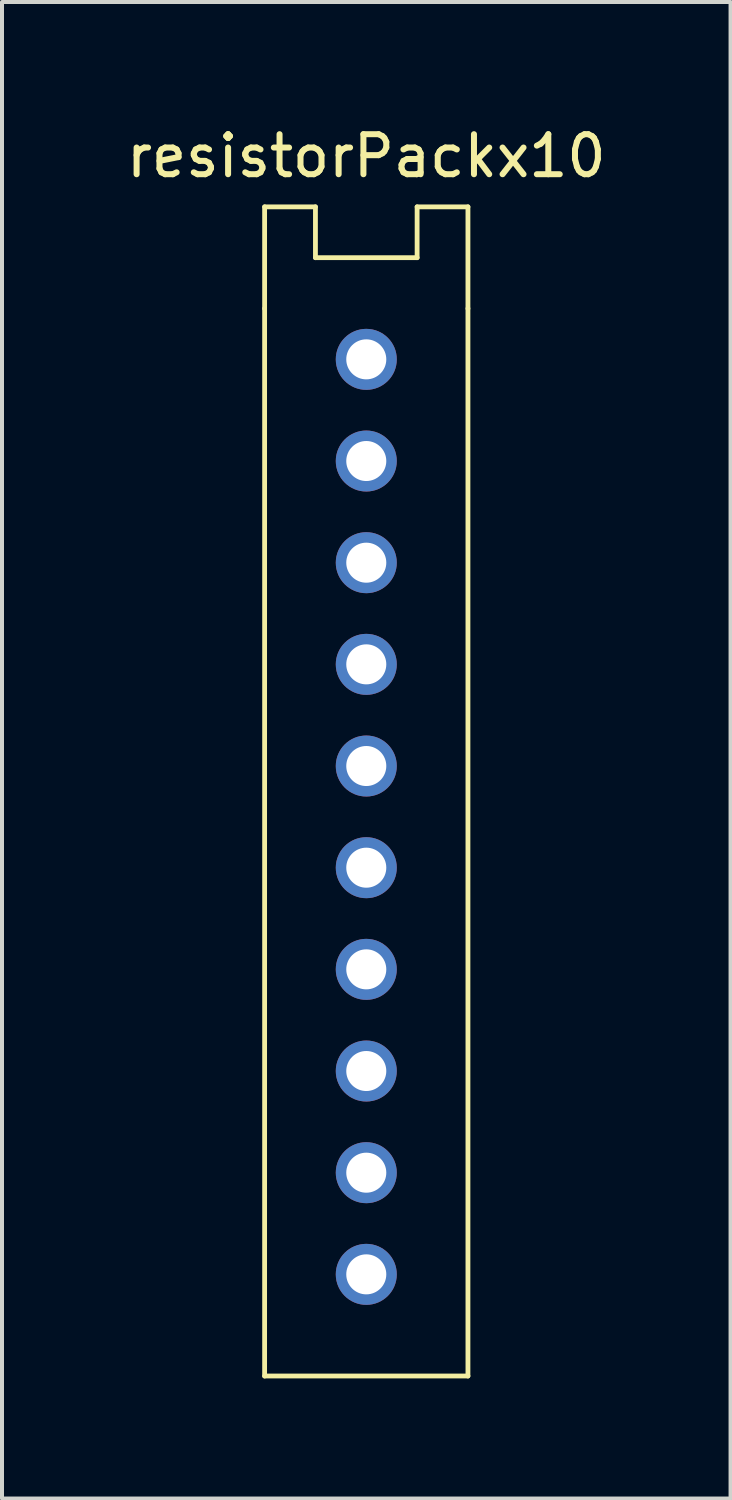
<source format=kicad_pcb>
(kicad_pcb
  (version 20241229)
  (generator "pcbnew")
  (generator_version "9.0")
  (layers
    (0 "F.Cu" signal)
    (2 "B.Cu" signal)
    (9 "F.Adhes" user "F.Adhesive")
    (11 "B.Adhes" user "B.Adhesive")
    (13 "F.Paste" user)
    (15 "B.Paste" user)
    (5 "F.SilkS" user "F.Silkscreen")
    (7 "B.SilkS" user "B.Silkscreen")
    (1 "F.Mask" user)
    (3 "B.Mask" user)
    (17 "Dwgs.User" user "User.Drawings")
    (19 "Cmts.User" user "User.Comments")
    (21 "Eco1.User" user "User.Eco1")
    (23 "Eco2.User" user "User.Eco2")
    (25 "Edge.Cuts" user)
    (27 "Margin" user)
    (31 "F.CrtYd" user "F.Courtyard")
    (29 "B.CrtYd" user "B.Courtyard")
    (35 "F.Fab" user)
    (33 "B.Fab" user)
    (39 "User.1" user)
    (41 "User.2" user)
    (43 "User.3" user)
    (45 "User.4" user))
  (footprint "resistorPackx10"
    (layer "F.Cu")
    (at 6.101 11.008)
    (property "Reference" "resistorPackx10" (at 0 -10.16 0) (layer "F.SilkS") (effects (font (size 1 1) (thickness 0.15))))
    (attr smd)
    (fp_line (start -2.54 -8.89) (end -1.27 -8.89) (stroke (width 0.12) (type solid)) (layer "F.SilkS"))
    (fp_line (start -2.54 -6.35) (end -2.54 -8.89) (stroke (width 0.12) (type solid)) (layer "F.SilkS"))
    (fp_line (start -2.54 20.32) (end -2.54 -6.35) (stroke (width 0.12) (type solid)) (layer "F.SilkS"))
    (fp_line (start -1.27 -8.89) (end -1.27 -7.62) (stroke (width 0.12) (type solid)) (layer "F.SilkS"))
    (fp_line (start -1.27 -7.62) (end 1.27 -7.62) (stroke (width 0.12) (type solid)) (layer "F.SilkS"))
    (fp_line (start 1.27 -8.89) (end 2.54 -8.89) (stroke (width 0.12) (type solid)) (layer "F.SilkS"))
    (fp_line (start 1.27 -7.62) (end 1.27 -8.89) (stroke (width 0.12) (type solid)) (layer "F.SilkS"))
    (fp_line (start 2.54 -8.89) (end 2.54 -6.35) (stroke (width 0.12) (type solid)) (layer "F.SilkS"))
    (fp_line (start 2.54 -6.35) (end 2.54 20.32) (stroke (width 0.12) (type solid)) (layer "F.SilkS"))
    (fp_line (start 2.54 20.32) (end -2.54 20.32) (stroke (width 0.12) (type solid)) (layer "F.SilkS"))
    (pad "1" thru_hole circle (at 0 -5.08) (size 1.524 1.524) (drill 1) (layers "*.Cu" "*.Mask"))
    (pad "2" thru_hole circle (at 0 -2.54) (size 1.524 1.524) (drill 1) (layers "*.Cu" "*.Mask"))
    (pad "3" thru_hole circle (at 0 0) (size 1.524 1.524) (drill 1) (layers "*.Cu" "*.Mask"))
    (pad "4" thru_hole circle (at 0 2.54) (size 1.524 1.524) (drill 1) (layers "*.Cu" "*.Mask"))
    (pad "5" thru_hole circle (at 0 5.08) (size 1.524 1.524) (drill 1) (layers "*.Cu" "*.Mask"))
    (pad "6" thru_hole circle (at 0 7.62) (size 1.524 1.524) (drill 1) (layers "*.Cu" "*.Mask"))
    (pad "7" thru_hole circle (at 0 10.16) (size 1.524 1.524) (drill 1) (layers "*.Cu" "*.Mask"))
    (pad "8" thru_hole circle (at 0 12.7) (size 1.524 1.524) (drill 1) (layers "*.Cu" "*.Mask"))
    (pad "9" thru_hole circle (at 0 15.24) (size 1.524 1.524) (drill 1) (layers "*.Cu" "*.Mask"))
    (pad "10" thru_hole circle (at 0 17.78) (size 1.524 1.524) (drill 1) (layers "*.Cu" "*.Mask")))
  (gr_rect
    (start -3 -3)
    (end 15.202 34.388)
    (stroke (width 0.1) (type default))
    (fill no)
    (layer "Edge.Cuts")))
</source>
